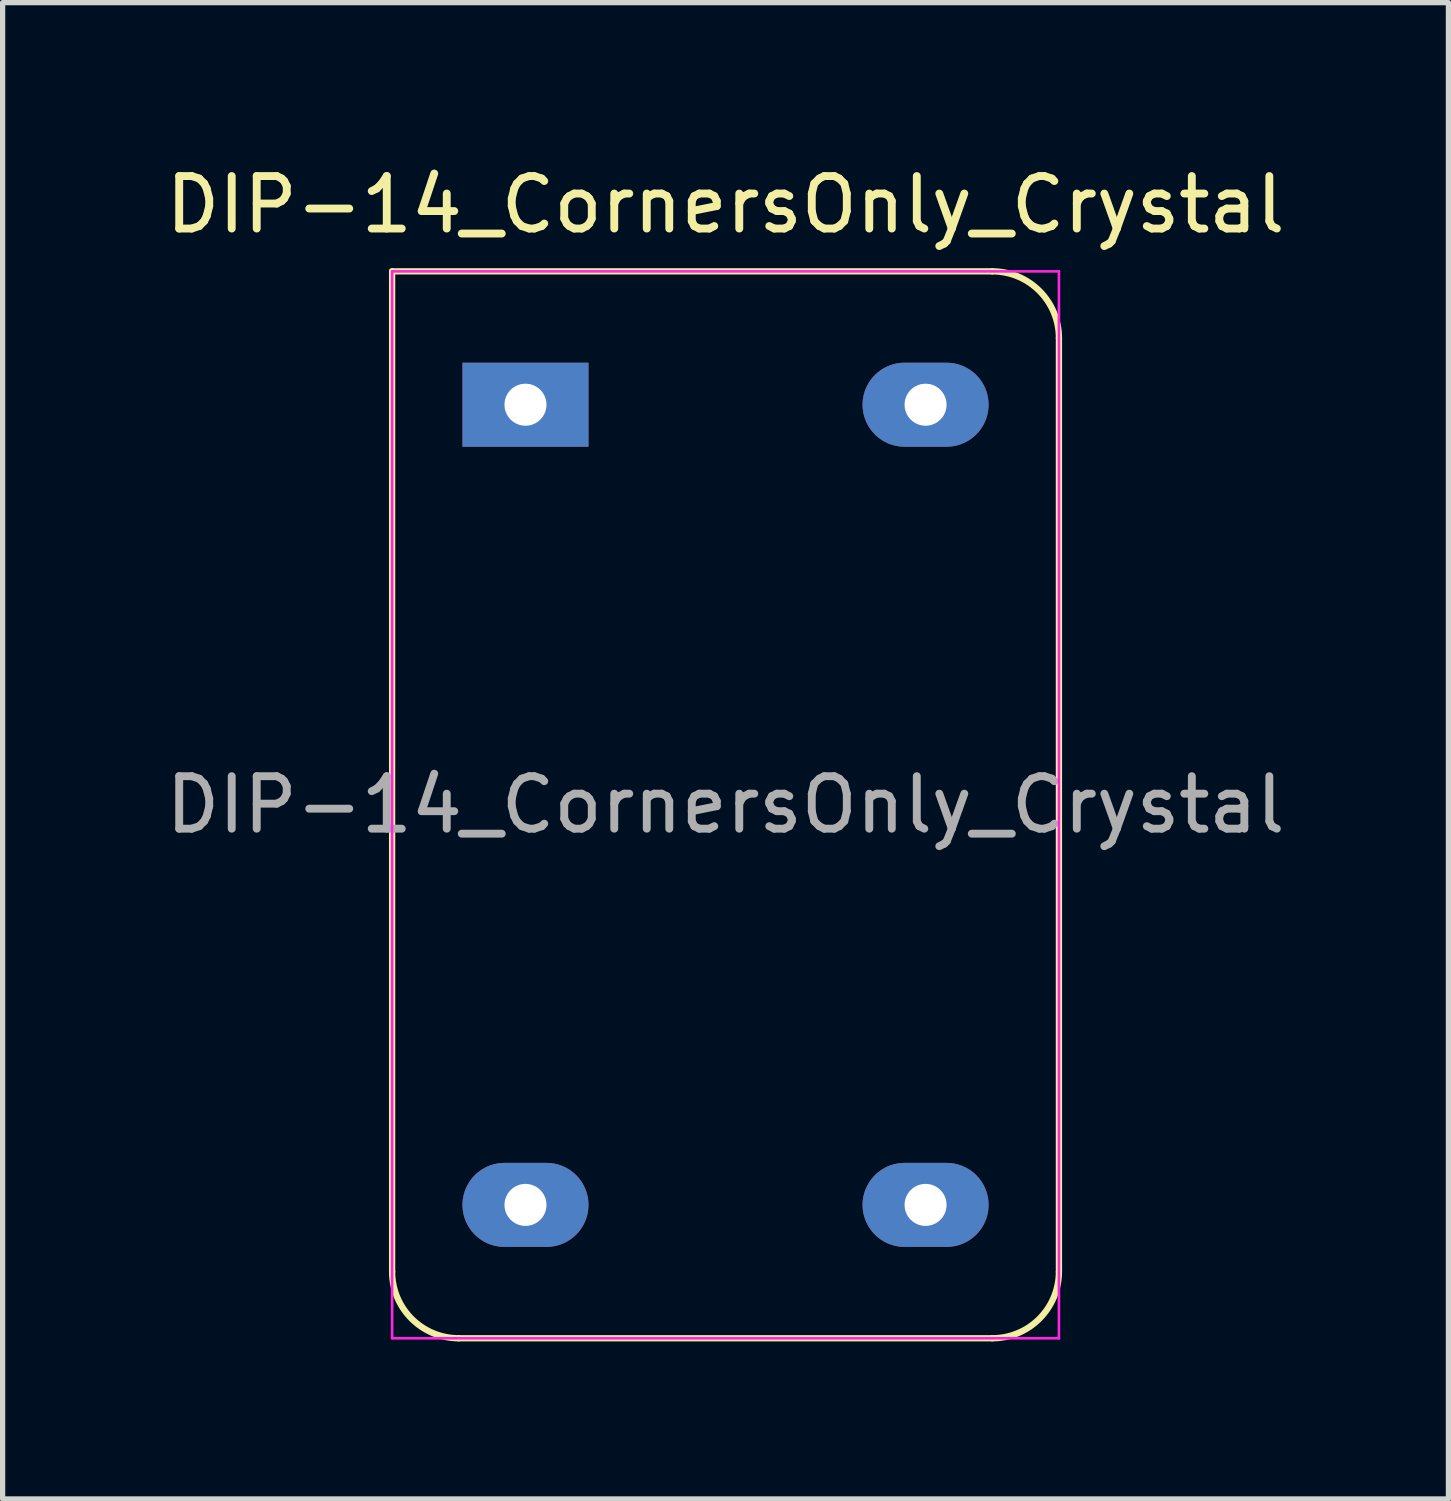
<source format=kicad_pcb>
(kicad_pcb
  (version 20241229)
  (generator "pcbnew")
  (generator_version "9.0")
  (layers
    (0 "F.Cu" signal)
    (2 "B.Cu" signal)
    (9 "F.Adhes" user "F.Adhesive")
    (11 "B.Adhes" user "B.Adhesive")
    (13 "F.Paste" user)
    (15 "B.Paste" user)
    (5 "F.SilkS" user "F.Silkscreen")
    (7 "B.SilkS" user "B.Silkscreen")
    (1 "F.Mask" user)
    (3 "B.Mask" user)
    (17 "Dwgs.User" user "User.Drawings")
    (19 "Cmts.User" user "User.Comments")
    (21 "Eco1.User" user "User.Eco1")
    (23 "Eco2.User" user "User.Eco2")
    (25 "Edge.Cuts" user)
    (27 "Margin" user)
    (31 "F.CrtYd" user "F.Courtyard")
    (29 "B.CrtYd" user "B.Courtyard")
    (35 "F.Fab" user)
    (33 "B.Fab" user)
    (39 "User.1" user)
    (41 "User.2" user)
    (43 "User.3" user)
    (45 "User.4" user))
  (footprint "DIP-14_CornersOnly_Crystal"
    (layer "F.Cu")
    (at 6.958 4.658)
    (property "Reference" "DIP-14_CornersOnly_Crystal" (at 3.81 -3.81 0) (layer "F.SilkS") (effects (font (size 1 1) (thickness 0.15))))
    (attr through_hole)
    (fp_line (start -2.54 -2.54) (end -2.54 16.51) (stroke (width 0.12) (type solid)) (layer "F.SilkS"))
    (fp_line (start 8.89 -2.54) (end -2.54 -2.54) (stroke (width 0.12) (type solid)) (layer "F.SilkS"))
    (fp_line (start 8.89 17.78) (end -1.27 17.78) (stroke (width 0.12) (type solid)) (layer "F.SilkS"))
    (fp_line (start 10.16 -1.27) (end 10.16 16.51) (stroke (width 0.12) (type solid)) (layer "F.SilkS"))
    (fp_arc (start -1.27 17.78) (mid -2.168026 17.408026) (end -2.54 16.51) (stroke (width 0.12) (type solid)) (layer "F.SilkS"))
    (fp_arc (start 8.89 -2.54) (mid 9.788026 -2.168026) (end 10.16 -1.27) (stroke (width 0.12) (type solid)) (layer "F.SilkS"))
    (fp_arc (start 10.16 16.51) (mid 9.788026 17.408026) (end 8.89 17.78) (stroke (width 0.12) (type solid)) (layer "F.SilkS"))
    (fp_line (start -2.54 -2.54) (end -2.54 17.78) (stroke (width 0.05) (type solid)) (layer "F.CrtYd"))
    (fp_line (start -2.54 17.78) (end 10.16 17.78) (stroke (width 0.05) (type solid)) (layer "F.CrtYd"))
    (fp_line (start 10.16 -2.54) (end -2.54 -2.54) (stroke (width 0.05) (type solid)) (layer "F.CrtYd"))
    (fp_line (start 10.16 17.78) (end 10.16 -2.54) (stroke (width 0.05) (type solid)) (layer "F.CrtYd"))
    (fp_text user "${REFERENCE}" (at 3.81 7.62 0) (layer "F.Fab") (effects (font (size 1 1) (thickness 0.15))))
    (pad "1" thru_hole rect (at 0 0) (size 2.4 1.6) (drill 0.8) (layers "*.Cu" "*.Mask"))
    (pad "7" thru_hole oval (at 0 15.24) (size 2.4 1.6) (drill 0.8) (layers "*.Cu" "*.Mask"))
    (pad "8" thru_hole oval (at 7.62 15.24) (size 2.4 1.6) (drill 0.8) (layers "*.Cu" "*.Mask"))
    (pad "14" thru_hole oval (at 7.62 0) (size 2.4 1.6) (drill 0.8) (layers "*.Cu" "*.Mask")))
  (gr_rect
    (start -3 -3)
    (end 24.536 25.498)
    (stroke (width 0.1) (type default))
    (fill no)
    (layer "Edge.Cuts")))
</source>
